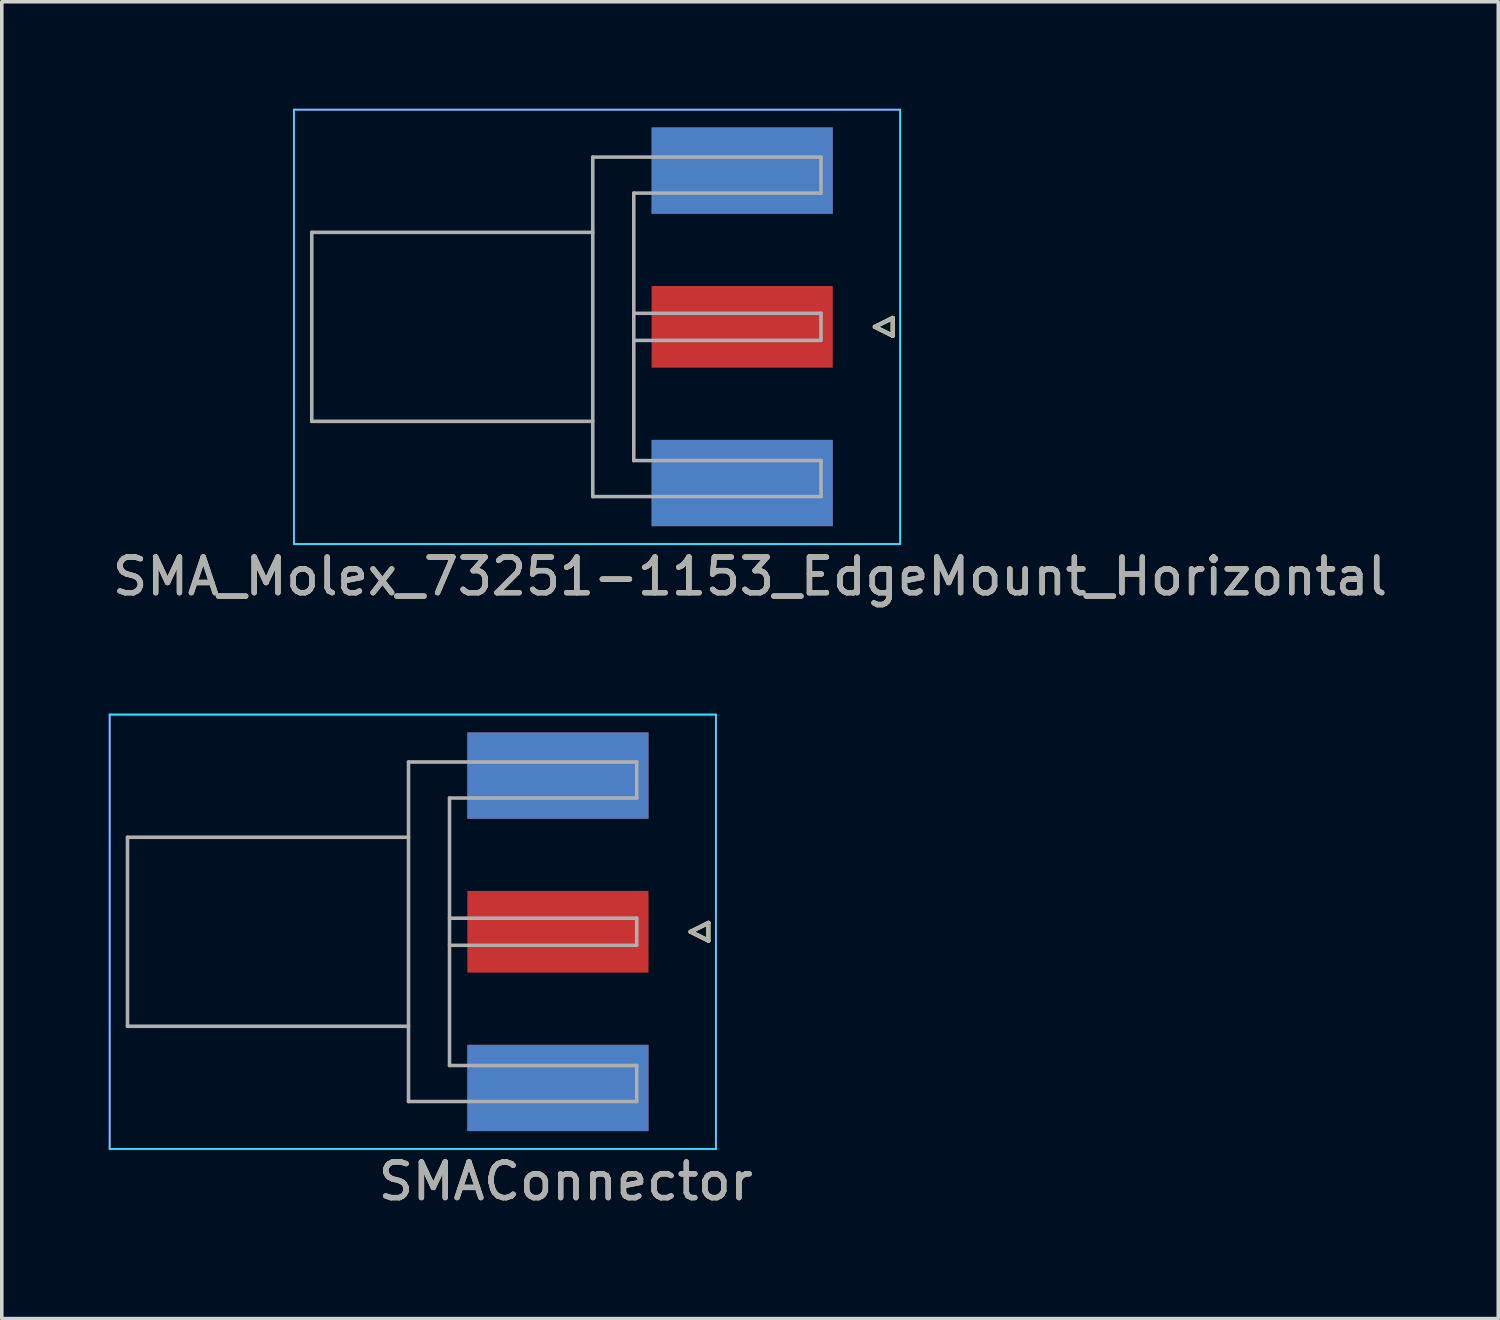
<source format=kicad_pcb>
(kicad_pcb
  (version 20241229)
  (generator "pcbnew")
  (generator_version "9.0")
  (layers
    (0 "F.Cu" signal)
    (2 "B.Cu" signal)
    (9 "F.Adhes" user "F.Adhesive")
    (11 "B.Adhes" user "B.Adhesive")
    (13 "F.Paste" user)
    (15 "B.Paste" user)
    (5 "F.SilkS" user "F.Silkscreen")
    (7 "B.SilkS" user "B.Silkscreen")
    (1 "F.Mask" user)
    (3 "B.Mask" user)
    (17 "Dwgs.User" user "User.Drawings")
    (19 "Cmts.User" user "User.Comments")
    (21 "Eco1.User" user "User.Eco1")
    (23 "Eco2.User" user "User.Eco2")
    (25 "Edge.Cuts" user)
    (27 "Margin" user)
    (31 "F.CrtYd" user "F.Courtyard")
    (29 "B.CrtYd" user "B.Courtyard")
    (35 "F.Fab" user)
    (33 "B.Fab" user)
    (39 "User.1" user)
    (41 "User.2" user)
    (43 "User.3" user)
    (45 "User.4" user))
  (footprint "SMAConnector"
    (layer "F.Cu")
    (at 14.315 23.078)
    (property "Reference" "SMAConnector" (at -1.5 7 0) (layer "F.SilkS") (effects (font (size 1 1) (thickness 0.15))))
    (attr smd)
    (fp_line (start 2 0) (end 2.5 -0.25) (stroke (width 0.12) (type solid)) (layer "F.SilkS"))
    (fp_line (start 2.5 -0.25) (end 2.5 0.25) (stroke (width 0.12) (type solid)) (layer "F.SilkS"))
    (fp_line (start 2.5 0.25) (end 2 0) (stroke (width 0.12) (type solid)) (layer "F.SilkS"))
    (fp_line (start -14.29 -6.09) (end -14.29 6.09) (stroke (width 0.05) (type solid)) (layer "B.CrtYd"))
    (fp_line (start -14.29 -6.09) (end 2.71 -6.09) (stroke (width 0.05) (type solid)) (layer "B.CrtYd"))
    (fp_line (start -14.29 6.09) (end 2.71 6.09) (stroke (width 0.05) (type solid)) (layer "B.CrtYd"))
    (fp_line (start 2.71 -6.09) (end 2.71 6.09) (stroke (width 0.05) (type solid)) (layer "B.CrtYd"))
    (fp_line (start -14.29 -6.09) (end -14.29 6.09) (stroke (width 0.05) (type solid)) (layer "F.CrtYd"))
    (fp_line (start -14.29 6.09) (end 2.71 6.09) (stroke (width 0.05) (type solid)) (layer "F.CrtYd"))
    (fp_line (start 2.71 -6.09) (end -14.29 -6.09) (stroke (width 0.05) (type solid)) (layer "F.CrtYd"))
    (fp_line (start 2.71 -6.09) (end 2.71 6.09) (stroke (width 0.05) (type solid)) (layer "F.CrtYd"))
    (fp_line (start -13.79 -2.65) (end -13.79 2.65) (stroke (width 0.1) (type solid)) (layer "F.Fab"))
    (fp_line (start -13.79 -2.65) (end -5.91 -2.65) (stroke (width 0.1) (type solid)) (layer "F.Fab"))
    (fp_line (start -13.79 2.65) (end -5.91 2.65) (stroke (width 0.1) (type solid)) (layer "F.Fab"))
    (fp_line (start -5.91 -4.76) (end -5.91 4.76) (stroke (width 0.1) (type solid)) (layer "F.Fab"))
    (fp_line (start -5.91 4.76) (end 0.49 4.76) (stroke (width 0.1) (type solid)) (layer "F.Fab"))
    (fp_line (start -4.76 -3.75) (end -4.76 3.75) (stroke (width 0.1) (type solid)) (layer "F.Fab"))
    (fp_line (start -4.76 -3.75) (end 0.49 -3.75) (stroke (width 0.1) (type solid)) (layer "F.Fab"))
    (fp_line (start -4.76 -0.38) (end 0.49 -0.38) (stroke (width 0.1) (type solid)) (layer "F.Fab"))
    (fp_line (start -4.76 0.38) (end 0.49 0.38) (stroke (width 0.1) (type solid)) (layer "F.Fab"))
    (fp_line (start -4.76 3.75) (end 0.49 3.75) (stroke (width 0.1) (type solid)) (layer "F.Fab"))
    (fp_line (start 0.49 -4.76) (end -5.91 -4.76) (stroke (width 0.1) (type solid)) (layer "F.Fab"))
    (fp_line (start 0.49 -4.76) (end 0.49 -3.75) (stroke (width 0.1) (type solid)) (layer "F.Fab"))
    (fp_line (start 0.49 -0.38) (end 0.49 0.38) (stroke (width 0.1) (type solid)) (layer "F.Fab"))
    (fp_line (start 0.49 3.75) (end 0.49 4.76) (stroke (width 0.1) (type solid)) (layer "F.Fab"))
    (fp_line (start 2 0) (end 2.5 0.25) (stroke (width 0.1) (type solid)) (layer "F.Fab"))
    (fp_line (start 2.5 -0.25) (end 2 0) (stroke (width 0.1) (type solid)) (layer "F.Fab"))
    (fp_line (start 2.5 0.25) (end 2.5 -0.25) (stroke (width 0.1) (type solid)) (layer "F.Fab"))
    (fp_text user "${REFERENCE}" (at -1.5 7 0) (layer "F.Fab") (effects (font (size 1 1) (thickness 0.15))))
    (pad "1" smd rect (at -1.72 0) (size 5.08 2.29) (layers "F.Cu" "F.Mask" "F.Paste"))
    (pad "2" smd rect (at -1.72 -4.38) (size 5.08 2.42) (layers "F.Cu" "F.Mask" "F.Paste"))
    (pad "2" smd rect (at -1.72 -4.38) (size 5.08 2.42) (layers "B.Cu" "B.Mask" "B.Paste"))
    (pad "2" smd rect (at -1.72 4.38) (size 5.08 2.42) (layers "F.Cu" "F.Mask" "F.Paste"))
    (pad "2" smd rect (at -1.72 4.38) (size 5.08 2.42) (layers "B.Cu" "B.Mask" "B.Paste")))
  (footprint "SMA_Molex_73251-1153_EdgeMount_Horizontal"
    (layer "F.Cu")
    (at 19.482 6.115)
    (property "Reference" "SMA_Molex_73251-1153_EdgeMount_Horizontal" (at -1.5 7 0) (layer "F.SilkS") (effects (font (size 1 1) (thickness 0.15))))
    (attr smd)
    (fp_line (start 2 0) (end 2.5 -0.25) (stroke (width 0.12) (type solid)) (layer "F.SilkS"))
    (fp_line (start 2.5 -0.25) (end 2.5 0.25) (stroke (width 0.12) (type solid)) (layer "F.SilkS"))
    (fp_line (start 2.5 0.25) (end 2 0) (stroke (width 0.12) (type solid)) (layer "F.SilkS"))
    (fp_line (start -14.29 -6.09) (end -14.29 6.09) (stroke (width 0.05) (type solid)) (layer "B.CrtYd"))
    (fp_line (start -14.29 -6.09) (end 2.71 -6.09) (stroke (width 0.05) (type solid)) (layer "B.CrtYd"))
    (fp_line (start -14.29 6.09) (end 2.71 6.09) (stroke (width 0.05) (type solid)) (layer "B.CrtYd"))
    (fp_line (start 2.71 -6.09) (end 2.71 6.09) (stroke (width 0.05) (type solid)) (layer "B.CrtYd"))
    (fp_line (start -14.29 -6.09) (end -14.29 6.09) (stroke (width 0.05) (type solid)) (layer "F.CrtYd"))
    (fp_line (start -14.29 6.09) (end 2.71 6.09) (stroke (width 0.05) (type solid)) (layer "F.CrtYd"))
    (fp_line (start 2.71 -6.09) (end -14.29 -6.09) (stroke (width 0.05) (type solid)) (layer "F.CrtYd"))
    (fp_line (start 2.71 -6.09) (end 2.71 6.09) (stroke (width 0.05) (type solid)) (layer "F.CrtYd"))
    (fp_line (start -13.79 -2.65) (end -13.79 2.65) (stroke (width 0.1) (type solid)) (layer "F.Fab"))
    (fp_line (start -13.79 -2.65) (end -5.91 -2.65) (stroke (width 0.1) (type solid)) (layer "F.Fab"))
    (fp_line (start -13.79 2.65) (end -5.91 2.65) (stroke (width 0.1) (type solid)) (layer "F.Fab"))
    (fp_line (start -5.91 -4.76) (end -5.91 4.76) (stroke (width 0.1) (type solid)) (layer "F.Fab"))
    (fp_line (start -5.91 4.76) (end 0.49 4.76) (stroke (width 0.1) (type solid)) (layer "F.Fab"))
    (fp_line (start -4.76 -3.75) (end -4.76 3.75) (stroke (width 0.1) (type solid)) (layer "F.Fab"))
    (fp_line (start -4.76 -3.75) (end 0.49 -3.75) (stroke (width 0.1) (type solid)) (layer "F.Fab"))
    (fp_line (start -4.76 -0.38) (end 0.49 -0.38) (stroke (width 0.1) (type solid)) (layer "F.Fab"))
    (fp_line (start -4.76 0.38) (end 0.49 0.38) (stroke (width 0.1) (type solid)) (layer "F.Fab"))
    (fp_line (start -4.76 3.75) (end 0.49 3.75) (stroke (width 0.1) (type solid)) (layer "F.Fab"))
    (fp_line (start 0.49 -4.76) (end -5.91 -4.76) (stroke (width 0.1) (type solid)) (layer "F.Fab"))
    (fp_line (start 0.49 -4.76) (end 0.49 -3.75) (stroke (width 0.1) (type solid)) (layer "F.Fab"))
    (fp_line (start 0.49 -0.38) (end 0.49 0.38) (stroke (width 0.1) (type solid)) (layer "F.Fab"))
    (fp_line (start 0.49 3.75) (end 0.49 4.76) (stroke (width 0.1) (type solid)) (layer "F.Fab"))
    (fp_line (start 2 0) (end 2.5 0.25) (stroke (width 0.1) (type solid)) (layer "F.Fab"))
    (fp_line (start 2.5 -0.25) (end 2 0) (stroke (width 0.1) (type solid)) (layer "F.Fab"))
    (fp_line (start 2.5 0.25) (end 2.5 -0.25) (stroke (width 0.1) (type solid)) (layer "F.Fab"))
    (fp_text user "${REFERENCE}" (at -1.5 7 0) (layer "F.Fab") (effects (font (size 1 1) (thickness 0.15))))
    (pad "1" smd rect (at -1.72 0) (size 5.08 2.29) (layers "F.Cu" "F.Mask" "F.Paste"))
    (pad "2" smd rect (at -1.72 -4.38) (size 5.08 2.42) (layers "F.Cu" "F.Mask" "F.Paste"))
    (pad "2" smd rect (at -1.72 -4.38) (size 5.08 2.42) (layers "B.Cu" "B.Mask" "B.Paste"))
    (pad "2" smd rect (at -1.72 4.38) (size 5.08 2.42) (layers "F.Cu" "F.Mask" "F.Paste"))
    (pad "2" smd rect (at -1.72 4.38) (size 5.08 2.42) (layers "B.Cu" "B.Mask" "B.Paste")))
  (gr_rect
    (start -3 -3)
    (end 38.964 33.926)
    (stroke (width 0.1) (type default))
    (fill no)
    (layer "Edge.Cuts")))
</source>
